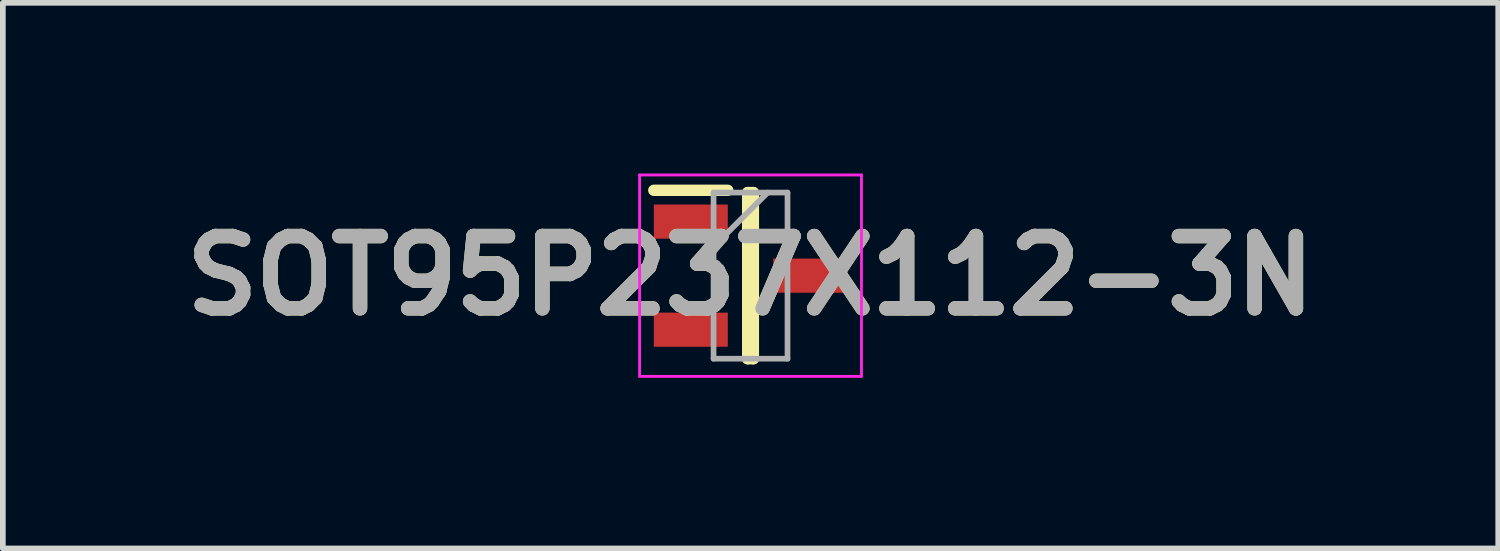
<source format=kicad_pcb>
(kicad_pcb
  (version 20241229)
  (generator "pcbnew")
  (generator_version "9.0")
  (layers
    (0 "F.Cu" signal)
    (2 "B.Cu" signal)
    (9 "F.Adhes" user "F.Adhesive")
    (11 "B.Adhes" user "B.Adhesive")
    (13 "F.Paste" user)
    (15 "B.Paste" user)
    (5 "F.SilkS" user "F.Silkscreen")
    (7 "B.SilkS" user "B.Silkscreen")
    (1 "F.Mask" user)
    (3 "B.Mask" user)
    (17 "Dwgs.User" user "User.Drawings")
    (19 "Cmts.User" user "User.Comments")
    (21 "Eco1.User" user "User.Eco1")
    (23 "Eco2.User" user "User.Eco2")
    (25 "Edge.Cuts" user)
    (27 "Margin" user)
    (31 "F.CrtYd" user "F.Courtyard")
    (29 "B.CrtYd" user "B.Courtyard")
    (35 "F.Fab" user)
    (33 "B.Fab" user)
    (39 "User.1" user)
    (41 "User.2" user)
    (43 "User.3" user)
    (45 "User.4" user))
  (footprint "SOT95P237X112-3N"
    (layer "F.Cu")
    (at 10.142 1.795)
    (property "Reference" "SOT95P237X112-3N" (at 0 0 0) (layer "F.SilkS") (effects (font (size 1.27 1.27) (thickness 0.254))))
    (attr smd)
    (fp_line (start -1.7 -1.5) (end -0.4 -1.5) (stroke (width 0.2) (type solid)) (layer "F.SilkS"))
    (fp_line (start -0.05 -1.46) (end 0.05 -1.46) (stroke (width 0.2) (type solid)) (layer "F.SilkS"))
    (fp_line (start -0.05 1.46) (end -0.05 -1.46) (stroke (width 0.2) (type solid)) (layer "F.SilkS"))
    (fp_line (start 0.05 -1.46) (end 0.05 1.46) (stroke (width 0.2) (type solid)) (layer "F.SilkS"))
    (fp_line (start 0.05 1.46) (end -0.05 1.46) (stroke (width 0.2) (type solid)) (layer "F.SilkS"))
    (fp_line (start -1.95 -1.77) (end 1.95 -1.77) (stroke (width 0.05) (type solid)) (layer "F.CrtYd"))
    (fp_line (start -1.95 1.77) (end -1.95 -1.77) (stroke (width 0.05) (type solid)) (layer "F.CrtYd"))
    (fp_line (start 1.95 -1.77) (end 1.95 1.77) (stroke (width 0.05) (type solid)) (layer "F.CrtYd"))
    (fp_line (start 1.95 1.77) (end -1.95 1.77) (stroke (width 0.05) (type solid)) (layer "F.CrtYd"))
    (fp_line (start -0.65 -1.46) (end 0.65 -1.46) (stroke (width 0.1) (type solid)) (layer "F.Fab"))
    (fp_line (start -0.65 -0.51) (end 0.3 -1.46) (stroke (width 0.1) (type solid)) (layer "F.Fab"))
    (fp_line (start -0.65 1.46) (end -0.65 -1.46) (stroke (width 0.1) (type solid)) (layer "F.Fab"))
    (fp_line (start 0.65 -1.46) (end 0.65 1.46) (stroke (width 0.1) (type solid)) (layer "F.Fab"))
    (fp_line (start 0.65 1.46) (end -0.65 1.46) (stroke (width 0.1) (type solid)) (layer "F.Fab"))
    (fp_text user "${REFERENCE}" (at 0 0 0) (layer "F.Fab") (effects (font (size 1.27 1.27) (thickness 0.254))))
    (pad "1" smd rect (at -1.05 -0.95 90) (size 0.6 1.3) (layers "F.Cu" "F.Mask" "F.Paste"))
    (pad "2" smd rect (at -1.05 0.95 90) (size 0.6 1.3) (layers "F.Cu" "F.Mask" "F.Paste"))
    (pad "3" smd rect (at 1.05 0 90) (size 0.6 1.3) (layers "F.Cu" "F.Mask" "F.Paste")))
  (gr_rect
    (start -3 -3)
    (end 23.284 6.59)
    (stroke (width 0.1) (type default))
    (fill no)
    (layer "Edge.Cuts")))
</source>
